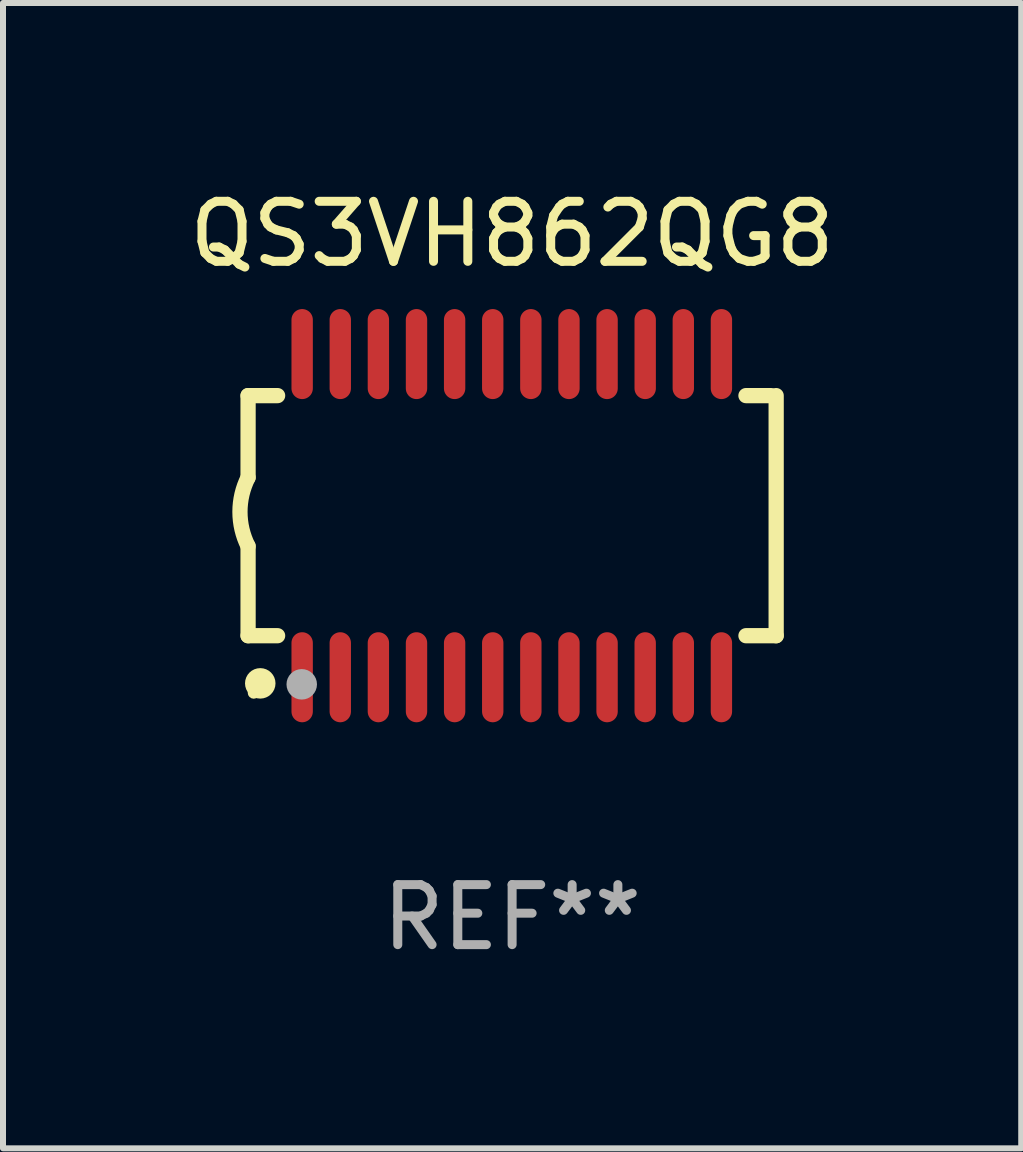
<source format=kicad_pcb>
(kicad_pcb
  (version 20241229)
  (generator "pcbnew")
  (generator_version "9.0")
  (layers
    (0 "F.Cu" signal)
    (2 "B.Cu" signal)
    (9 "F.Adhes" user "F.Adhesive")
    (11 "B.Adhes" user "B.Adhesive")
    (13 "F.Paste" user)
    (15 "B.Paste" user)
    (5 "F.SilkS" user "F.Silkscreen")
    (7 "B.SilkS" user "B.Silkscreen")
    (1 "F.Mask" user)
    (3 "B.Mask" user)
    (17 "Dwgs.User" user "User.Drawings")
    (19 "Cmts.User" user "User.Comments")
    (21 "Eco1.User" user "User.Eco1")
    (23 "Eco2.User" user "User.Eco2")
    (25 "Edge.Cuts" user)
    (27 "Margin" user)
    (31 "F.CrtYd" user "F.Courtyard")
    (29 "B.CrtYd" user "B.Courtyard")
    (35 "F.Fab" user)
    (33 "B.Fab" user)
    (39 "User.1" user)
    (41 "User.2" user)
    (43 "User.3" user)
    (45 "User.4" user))
  (footprint "QS3VH862QG8"
    (layer "F.Cu")
    (at 5.482 5.541)
    (property "Reference" "QS3VH862QG8" (at 0 -4.692 0) (layer "F.SilkS") (effects (font (size 1 1) (thickness 0.15))))
    (attr through_hole)
    (fp_line (start -4.399 -2) (end -4.399 -0.635) (stroke (width 0.254) (type solid)) (layer "F.SilkS"))
    (fp_line (start -4.399 -2) (end -3.907 -2) (stroke (width 0.254) (type solid)) (layer "F.SilkS"))
    (fp_line (start -4.399 2) (end -4.399 0.508) (stroke (width 0.254) (type solid)) (layer "F.SilkS"))
    (fp_line (start -4.399 2) (end -3.907 2) (stroke (width 0.254) (type solid)) (layer "F.SilkS"))
    (fp_line (start 3.896 -2) (end 4.313 -2) (stroke (width 0.254) (type solid)) (layer "F.SilkS"))
    (fp_line (start 3.896 2) (end 4.399 2) (stroke (width 0.254) (type solid)) (layer "F.SilkS"))
    (fp_line (start 4.399 2) (end 4.399 -2) (stroke (width 0.254) (type solid)) (layer "F.SilkS"))
    (fp_arc (start -4.399301 0.508001) (mid -4.534214 -0.0635) (end -4.399301 -0.635001) (stroke (width 0.254001) (type solid)) (layer "F.SilkS"))
    (fp_circle (center -4.305 2.95) (end -4.255 2.95) (stroke (width 0.1) (type solid)) (fill no) (layer "F.SilkS"))
    (fp_circle (center -4.196 2.794) (end -4.069 2.794) (stroke (width 0.254) (type solid)) (fill no) (layer "F.SilkS"))
    (fp_circle (center -3.505 2.81) (end -3.378 2.81) (stroke (width 0.254) (type solid)) (fill no) (layer "F.Fab"))
    (fp_text user "REF**" (at 0 6.692 0) (layer "F.Fab") (effects (font (size 1 1) (thickness 0.15))))
    (pad "1" smd oval (at -3.498 2.692 90) (size 1.5 0.356) (layers "F.Cu" "F.Mask" "F.Paste"))
    (pad "2" smd oval (at -2.863 2.692 90) (size 1.5 0.356) (layers "F.Cu" "F.Mask" "F.Paste"))
    (pad "3" smd oval (at -2.228 2.692 90) (size 1.5 0.356) (layers "F.Cu" "F.Mask" "F.Paste"))
    (pad "4" smd oval (at -1.593 2.692 90) (size 1.5 0.356) (layers "F.Cu" "F.Mask" "F.Paste"))
    (pad "5" smd oval (at -0.958 2.692 90) (size 1.5 0.356) (layers "F.Cu" "F.Mask" "F.Paste"))
    (pad "6" smd oval (at -0.323 2.692 90) (size 1.5 0.356) (layers "F.Cu" "F.Mask" "F.Paste"))
    (pad "7" smd oval (at 0.312 2.692 90) (size 1.5 0.356) (layers "F.Cu" "F.Mask" "F.Paste"))
    (pad "8" smd oval (at 0.947 2.692 90) (size 1.5 0.356) (layers "F.Cu" "F.Mask" "F.Paste"))
    (pad "9" smd oval (at 1.582 2.692 90) (size 1.5 0.356) (layers "F.Cu" "F.Mask" "F.Paste"))
    (pad "10" smd oval (at 2.217 2.692 90) (size 1.5 0.356) (layers "F.Cu" "F.Mask" "F.Paste"))
    (pad "11" smd oval (at 2.852 2.692 90) (size 1.5 0.356) (layers "F.Cu" "F.Mask" "F.Paste"))
    (pad "12" smd oval (at 3.487 2.692 90) (size 1.5 0.356) (layers "F.Cu" "F.Mask" "F.Paste"))
    (pad "13" smd oval (at 3.487 -2.692 90) (size 1.5 0.356) (layers "F.Cu" "F.Mask" "F.Paste"))
    (pad "14" smd oval (at 2.852 -2.692 90) (size 1.5 0.356) (layers "F.Cu" "F.Mask" "F.Paste"))
    (pad "15" smd oval (at 2.217 -2.692 90) (size 1.5 0.356) (layers "F.Cu" "F.Mask" "F.Paste"))
    (pad "16" smd oval (at 1.582 -2.692 90) (size 1.5 0.356) (layers "F.Cu" "F.Mask" "F.Paste"))
    (pad "17" smd oval (at 0.947 -2.692 90) (size 1.5 0.356) (layers "F.Cu" "F.Mask" "F.Paste"))
    (pad "18" smd oval (at 0.312 -2.692 90) (size 1.5 0.356) (layers "F.Cu" "F.Mask" "F.Paste"))
    (pad "19" smd oval (at -0.323 -2.692 90) (size 1.5 0.356) (layers "F.Cu" "F.Mask" "F.Paste"))
    (pad "20" smd oval (at -0.958 -2.692 90) (size 1.5 0.356) (layers "F.Cu" "F.Mask" "F.Paste"))
    (pad "21" smd oval (at -1.593 -2.692 90) (size 1.5 0.356) (layers "F.Cu" "F.Mask" "F.Paste"))
    (pad "22" smd oval (at -2.228 -2.692 90) (size 1.5 0.356) (layers "F.Cu" "F.Mask" "F.Paste"))
    (pad "23" smd oval (at -2.863 -2.692 90) (size 1.5 0.356) (layers "F.Cu" "F.Mask" "F.Paste"))
    (pad "24" smd oval (at -3.498 -2.692 90) (size 1.5 0.356) (layers "F.Cu" "F.Mask" "F.Paste")))
  (gr_rect
    (start -3 -3)
    (end 13.964 16.081)
    (stroke (width 0.1) (type default))
    (fill no)
    (layer "Edge.Cuts")))
</source>
